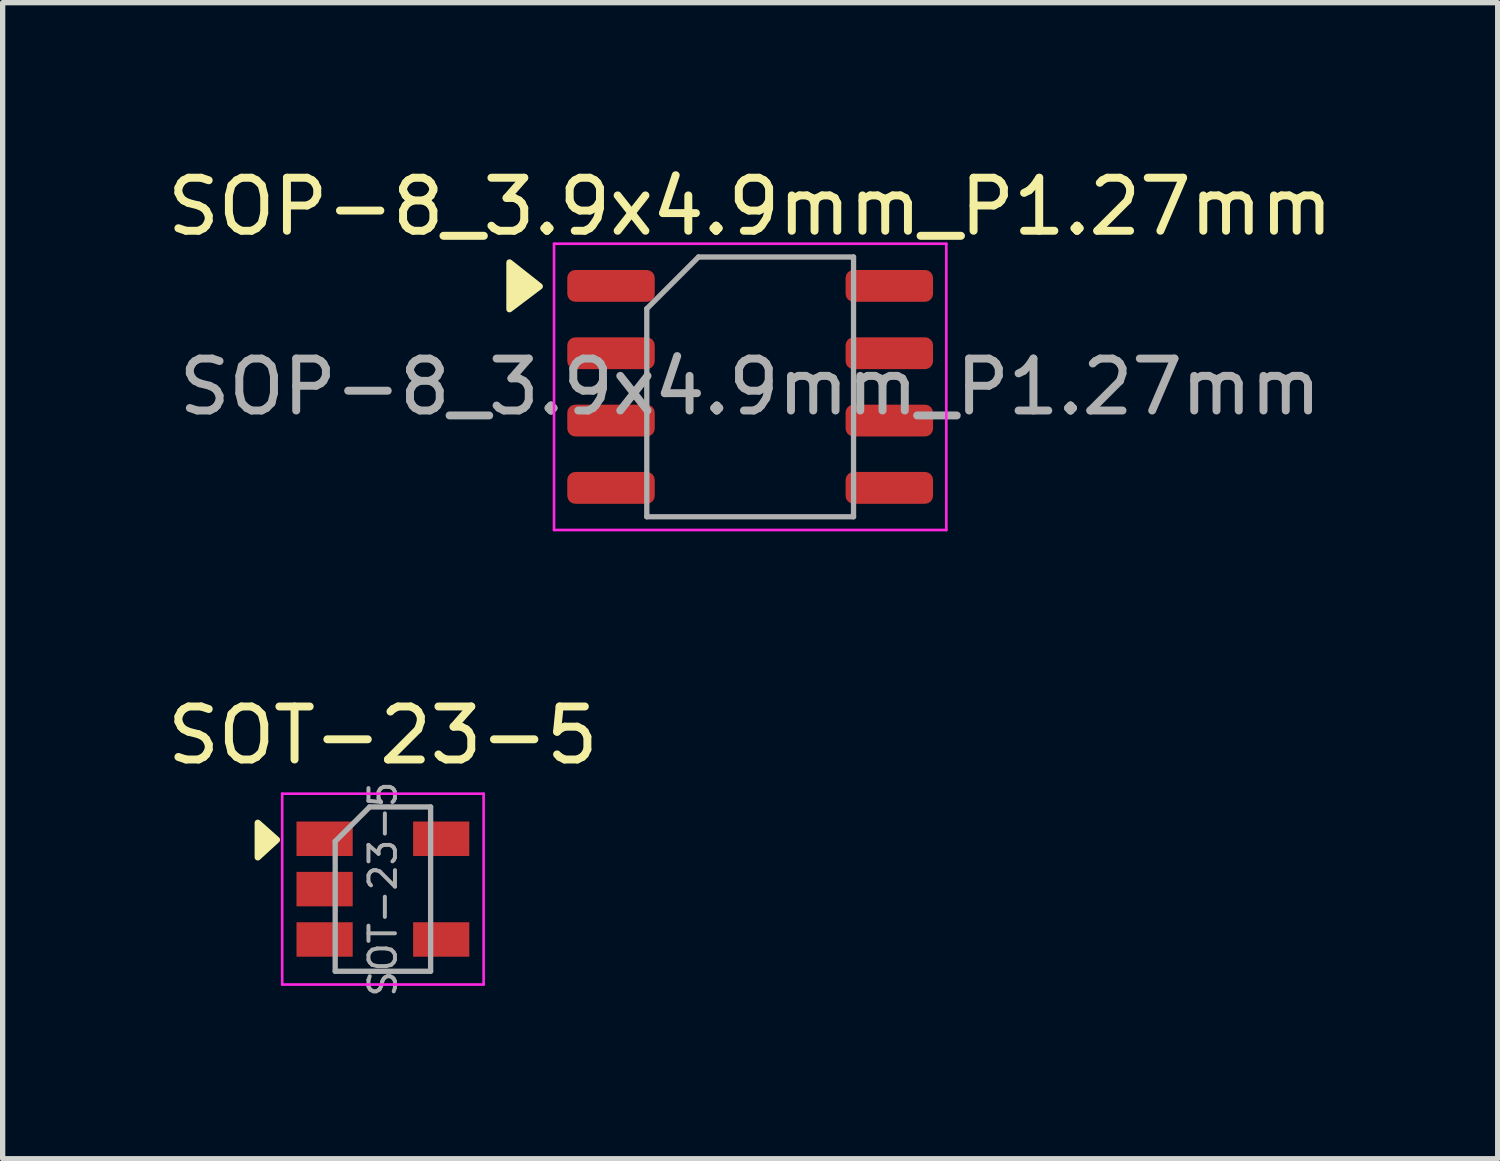
<source format=kicad_pcb>
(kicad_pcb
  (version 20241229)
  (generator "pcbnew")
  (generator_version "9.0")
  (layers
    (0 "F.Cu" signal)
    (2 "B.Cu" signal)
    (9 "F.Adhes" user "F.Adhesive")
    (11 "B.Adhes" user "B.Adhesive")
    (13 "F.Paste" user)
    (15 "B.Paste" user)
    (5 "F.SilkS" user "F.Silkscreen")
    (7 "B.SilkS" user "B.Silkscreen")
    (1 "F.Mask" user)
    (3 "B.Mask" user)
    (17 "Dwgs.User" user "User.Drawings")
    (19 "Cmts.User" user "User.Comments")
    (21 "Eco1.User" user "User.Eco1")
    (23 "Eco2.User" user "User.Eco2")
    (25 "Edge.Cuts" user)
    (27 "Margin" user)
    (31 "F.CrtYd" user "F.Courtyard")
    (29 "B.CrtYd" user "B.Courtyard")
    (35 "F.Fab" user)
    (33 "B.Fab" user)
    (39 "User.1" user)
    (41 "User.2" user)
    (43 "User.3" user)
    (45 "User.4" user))
  (footprint "SOT-23-5"
    (layer "F.Cu")
    (at 4.173 13.722)
    (property "Reference" "SOT-23-5" (at 0 -2.9 0) (layer "F.SilkS") (effects (font (size 1 1) (thickness 0.15))))
    (attr smd)
    (fp_poly (pts (xy -2 -0.93) (xy -2.36 -0.6) (xy -2.36 -1.25)) (stroke (width 0.12) (type solid)) (fill yes) (layer "F.SilkS"))
    (fp_line (start -1.9 -1.8) (end 1.9 -1.8) (stroke (width 0.05) (type solid)) (layer "F.CrtYd"))
    (fp_line (start -1.9 1.8) (end -1.9 -1.8) (stroke (width 0.05) (type solid)) (layer "F.CrtYd"))
    (fp_line (start 1.9 -1.8) (end 1.9 1.8) (stroke (width 0.05) (type solid)) (layer "F.CrtYd"))
    (fp_line (start 1.9 1.8) (end -1.9 1.8) (stroke (width 0.05) (type solid)) (layer "F.CrtYd"))
    (fp_line (start -0.9 -0.9) (end -0.9 1.55) (stroke (width 0.1) (type solid)) (layer "F.Fab"))
    (fp_line (start -0.9 -0.9) (end -0.25 -1.55) (stroke (width 0.1) (type solid)) (layer "F.Fab"))
    (fp_line (start 0.9 -1.55) (end -0.25 -1.55) (stroke (width 0.1) (type solid)) (layer "F.Fab"))
    (fp_line (start 0.9 -1.55) (end 0.9 1.55) (stroke (width 0.1) (type solid)) (layer "F.Fab"))
    (fp_line (start 0.9 1.55) (end -0.9 1.55) (stroke (width 0.1) (type solid)) (layer "F.Fab"))
    (fp_text user "${REFERENCE}" (at 0 0 90) (layer "F.Fab") (effects (font (size 0.5 0.5) (thickness 0.075))))
    (pad "1" smd rect (at -1.1 -0.95) (size 1.06 0.65) (layers "F.Cu" "F.Mask" "F.Paste"))
    (pad "2" smd rect (at -1.1 0) (size 1.06 0.65) (layers "F.Cu" "F.Mask" "F.Paste"))
    (pad "3" smd rect (at -1.1 0.95) (size 1.06 0.65) (layers "F.Cu" "F.Mask" "F.Paste"))
    (pad "4" smd rect (at 1.1 0.95) (size 1.06 0.65) (layers "F.Cu" "F.Mask" "F.Paste"))
    (pad "5" smd rect (at 1.1 -0.95) (size 1.06 0.65) (layers "F.Cu" "F.Mask" "F.Paste")))
  (footprint "SOP-8_3.9x4.9mm_P1.27mm"
    (layer "F.Cu")
    (at 11.101 4.248)
    (property "Reference" "SOP-8_3.9x4.9mm_P1.27mm" (at 0 -3.4 0) (layer "F.SilkS") (effects (font (size 1 1) (thickness 0.15))))
    (attr smd)
    (fp_poly (pts (xy -3.97 -1.896) (xy -4.54 -1.466) (xy -4.54 -2.346)) (stroke (width 0.12) (type solid)) (fill yes) (layer "F.SilkS"))
    (fp_line (start -3.7 -2.7) (end -3.7 2.7) (stroke (width 0.05) (type solid)) (layer "F.CrtYd"))
    (fp_line (start -3.7 2.7) (end 3.7 2.7) (stroke (width 0.05) (type solid)) (layer "F.CrtYd"))
    (fp_line (start 3.7 -2.7) (end -3.7 -2.7) (stroke (width 0.05) (type solid)) (layer "F.CrtYd"))
    (fp_line (start 3.7 2.7) (end 3.7 -2.7) (stroke (width 0.05) (type solid)) (layer "F.CrtYd"))
    (fp_line (start -1.95 -1.475) (end -0.975 -2.45) (stroke (width 0.1) (type solid)) (layer "F.Fab"))
    (fp_line (start -1.95 2.45) (end -1.95 -1.475) (stroke (width 0.1) (type solid)) (layer "F.Fab"))
    (fp_line (start -0.975 -2.45) (end 1.95 -2.45) (stroke (width 0.1) (type solid)) (layer "F.Fab"))
    (fp_line (start 1.95 -2.45) (end 1.95 2.45) (stroke (width 0.1) (type solid)) (layer "F.Fab"))
    (fp_line (start 1.95 2.45) (end -1.95 2.45) (stroke (width 0.1) (type solid)) (layer "F.Fab"))
    (fp_text user "${REFERENCE}" (at 0 0 0) (layer "F.Fab") (effects (font (size 0.98 0.98) (thickness 0.15))))
    (pad "1" smd roundrect (at -2.625 1.905) (size 1.65 0.6) (layers "F.Cu" "F.Mask" "F.Paste") (roundrect_rratio 0.25))
    (pad "2" smd roundrect (at -2.625 -1.905) (size 1.65 0.6) (layers "F.Cu" "F.Mask" "F.Paste") (roundrect_rratio 0.25))
    (pad "2" smd roundrect (at -2.625 -0.635) (size 1.65 0.6) (layers "F.Cu" "F.Mask" "F.Paste") (roundrect_rratio 0.25))
    (pad "2" smd roundrect (at -2.625 0.635) (size 1.65 0.6) (layers "F.Cu" "F.Mask" "F.Paste") (roundrect_rratio 0.25))
    (pad "3" smd roundrect (at 2.625 -1.905) (size 1.65 0.6) (layers "F.Cu" "F.Mask" "F.Paste") (roundrect_rratio 0.25))
    (pad "3" smd roundrect (at 2.625 -0.635) (size 1.65 0.6) (layers "F.Cu" "F.Mask" "F.Paste") (roundrect_rratio 0.25))
    (pad "3" smd roundrect (at 2.625 0.635) (size 1.65 0.6) (layers "F.Cu" "F.Mask" "F.Paste") (roundrect_rratio 0.25))
    (pad "3" smd roundrect (at 2.625 1.905) (size 1.65 0.6) (layers "F.Cu" "F.Mask" "F.Paste") (roundrect_rratio 0.25)))
  (gr_rect
    (start -3 -3)
    (end 25.202 18.808)
    (stroke (width 0.1) (type default))
    (fill no)
    (layer "Edge.Cuts")))
</source>
